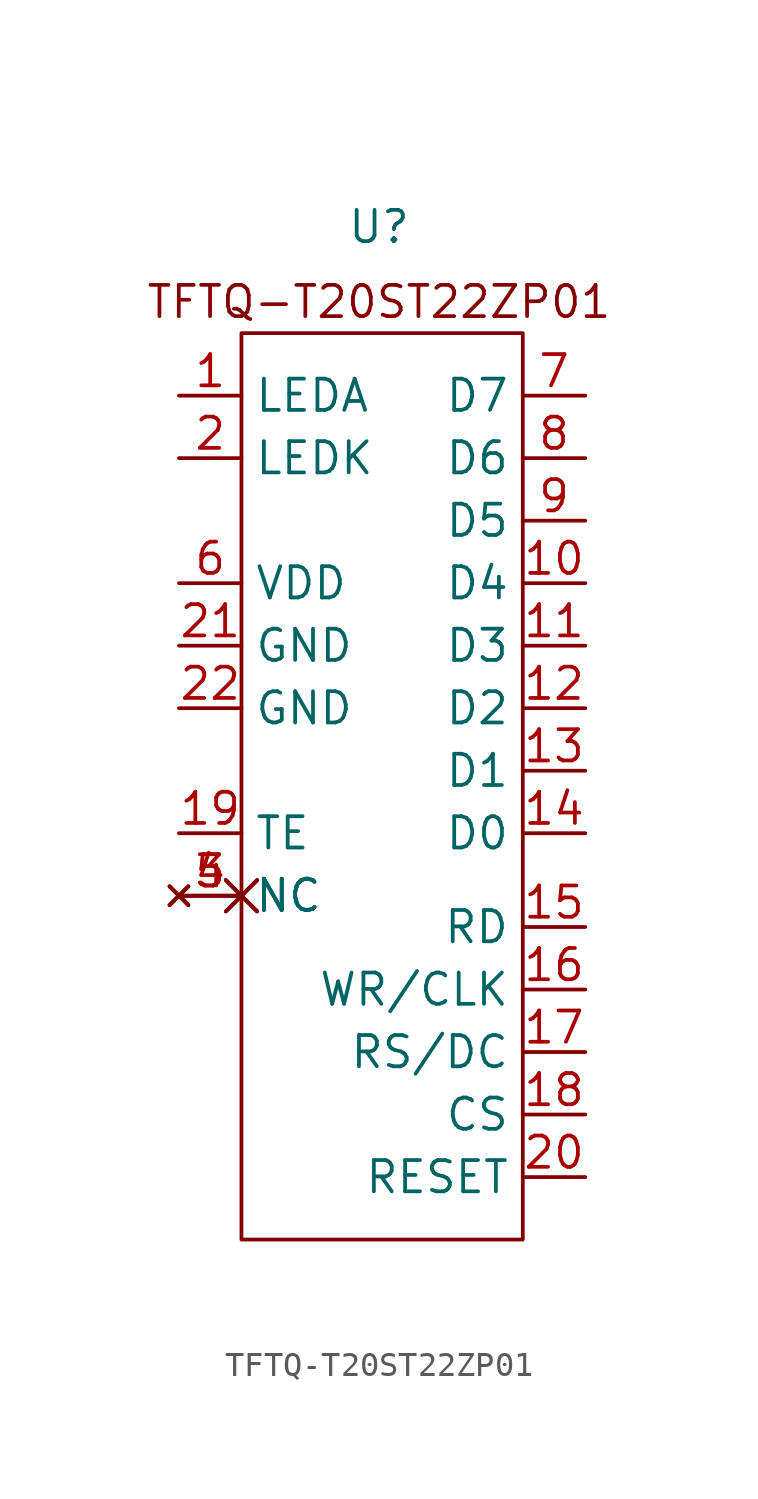
<source format=kicad_sym>
(kicad_symbol_lib
  (version 20231120)
  (generator "kicad_symbol_editor")
  (generator_version "8.0")
  (symbol "TFTQ-T20ST22ZP01"
    (property "Reference" "U"
      (at 0.508 19.558 0)
      (effects (font (size 1.27 1.27))))
    (property "Value" ""
      (at 7.62 15.24 0)
      (effects (font (size 1.27 1.27))))
    (symbol "TFTQ-T20ST22ZP01_0_1"
      (rectangle (start -5.08 15.24) (end 6.35 -21.59) (stroke (width 0) (type default)) (fill (type none))))
    (symbol "TFTQ-T20ST22ZP01_1_1"
      (text "TFTQ-T20ST22ZP01" (at 0.508 16.51 0) (effects (font (size 1.27 1.27))))
      (pin input line (at -7.62 12.7 0) (length 2.54) (name "LEDA" (effects (font (size 1.27 1.27)))) (number "1" (effects (font (size 1.27 1.27)))))
      (pin input line (at 8.89 5.08 180) (length 2.54) (name "D4" (effects (font (size 1.27 1.27)))) (number "10" (effects (font (size 1.27 1.27)))))
      (pin input line (at 8.89 2.54 180) (length 2.54) (name "D3" (effects (font (size 1.27 1.27)))) (number "11" (effects (font (size 1.27 1.27)))))
      (pin input line (at 8.89 0 180) (length 2.54) (name "D2" (effects (font (size 1.27 1.27)))) (number "12" (effects (font (size 1.27 1.27)))))
      (pin input line (at 8.89 -2.54 180) (length 2.54) (name "D1" (effects (font (size 1.27 1.27)))) (number "13" (effects (font (size 1.27 1.27)))))
      (pin input line (at 8.89 -5.08 180) (length 2.54) (name "D0" (effects (font (size 1.27 1.27)))) (number "14" (effects (font (size 1.27 1.27)))))
      (pin input line (at 8.89 -8.89 180) (length 2.54) (name "RD" (effects (font (size 1.27 1.27)))) (number "15" (effects (font (size 1.27 1.27)))))
      (pin input line (at 8.89 -11.43 180) (length 2.54) (name "WR/CLK" (effects (font (size 1.27 1.27)))) (number "16" (effects (font (size 1.27 1.27)))))
      (pin input line (at 8.89 -13.97 180) (length 2.54) (name "RS/DC" (effects (font (size 1.27 1.27)))) (number "17" (effects (font (size 1.27 1.27)))))
      (pin input line (at 8.89 -16.51 180) (length 2.54) (name "CS" (effects (font (size 1.27 1.27)))) (number "18" (effects (font (size 1.27 1.27)))))
      (pin input line (at -7.62 -5.08 0) (length 2.54) (name "TE" (effects (font (size 1.27 1.27)))) (number "19" (effects (font (size 1.27 1.27)))))
      (pin input line (at -7.62 10.16 0) (length 2.54) (name "LEDK" (effects (font (size 1.27 1.27)))) (number "2" (effects (font (size 1.27 1.27)))))
      (pin input line (at 8.89 -19.05 180) (length 2.54) (name "RESET" (effects (font (size 1.27 1.27)))) (number "20" (effects (font (size 1.27 1.27)))))
      (pin input line (at -7.62 2.54 0) (length 2.54) (name "GND" (effects (font (size 1.27 1.27)))) (number "21" (effects (font (size 1.27 1.27)))))
      (pin input line (at -7.62 0 0) (length 2.54) (name "GND" (effects (font (size 1.27 1.27)))) (number "22" (effects (font (size 1.27 1.27)))))
      (pin no_connect non_logic (at -7.62 -7.62 0) (length 2.54) (name "NC" (effects (font (size 1.27 1.27)))) (number "3" (effects (font (size 1.27 1.27)))))
      (pin no_connect non_logic (at -7.62 -7.62 0) (length 2.54) (name "NC" (effects (font (size 1.27 1.27)))) (number "4" (effects (font (size 1.27 1.27)))))
      (pin no_connect non_logic (at -7.62 -7.62 0) (length 2.54) (name "NC" (effects (font (size 1.27 1.27)))) (number "5" (effects (font (size 1.27 1.27)))))
      (pin input line (at -7.62 5.08 0) (length 2.54) (name "VDD" (effects (font (size 1.27 1.27)))) (number "6" (effects (font (size 1.27 1.27)))))
      (pin input line (at 8.89 12.7 180) (length 2.54) (name "D7" (effects (font (size 1.27 1.27)))) (number "7" (effects (font (size 1.27 1.27)))))
      (pin input line (at 8.89 10.16 180) (length 2.54) (name "D6" (effects (font (size 1.27 1.27)))) (number "8" (effects (font (size 1.27 1.27)))))
      (pin input line (at 8.89 7.62 180) (length 2.54) (name "D5" (effects (font (size 1.27 1.27)))) (number "9" (effects (font (size 1.27 1.27))))))))
</source>
